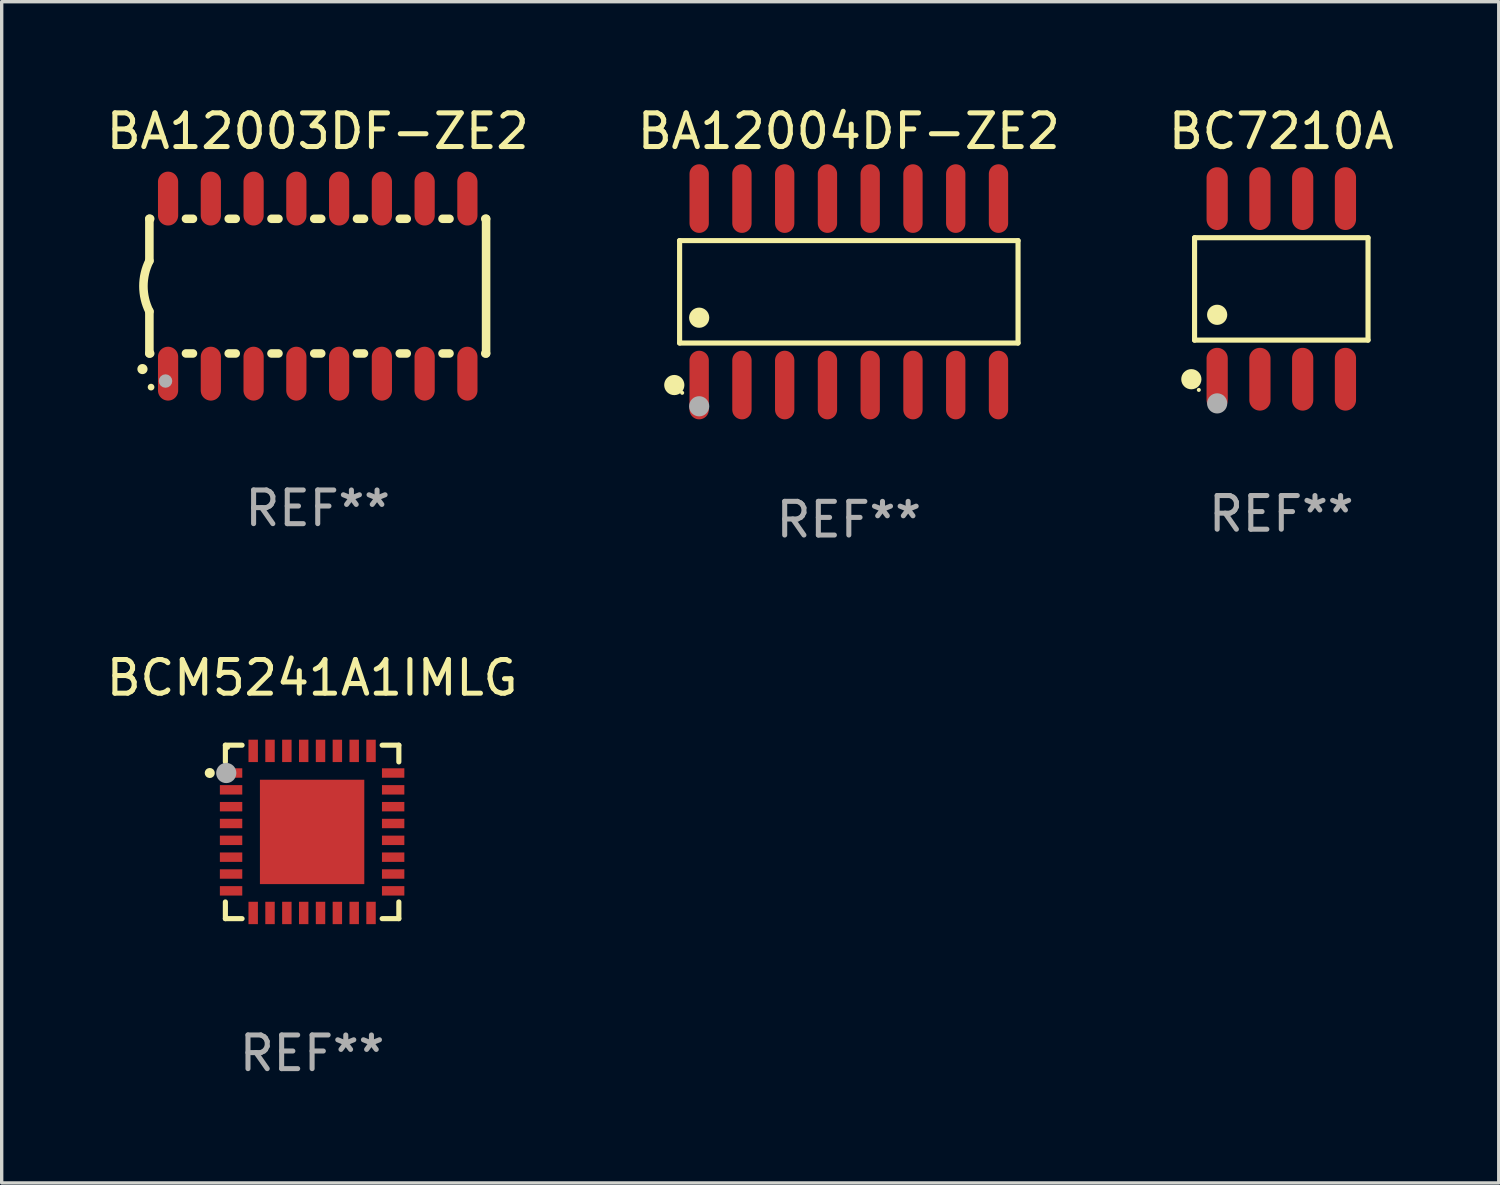
<source format=kicad_pcb>
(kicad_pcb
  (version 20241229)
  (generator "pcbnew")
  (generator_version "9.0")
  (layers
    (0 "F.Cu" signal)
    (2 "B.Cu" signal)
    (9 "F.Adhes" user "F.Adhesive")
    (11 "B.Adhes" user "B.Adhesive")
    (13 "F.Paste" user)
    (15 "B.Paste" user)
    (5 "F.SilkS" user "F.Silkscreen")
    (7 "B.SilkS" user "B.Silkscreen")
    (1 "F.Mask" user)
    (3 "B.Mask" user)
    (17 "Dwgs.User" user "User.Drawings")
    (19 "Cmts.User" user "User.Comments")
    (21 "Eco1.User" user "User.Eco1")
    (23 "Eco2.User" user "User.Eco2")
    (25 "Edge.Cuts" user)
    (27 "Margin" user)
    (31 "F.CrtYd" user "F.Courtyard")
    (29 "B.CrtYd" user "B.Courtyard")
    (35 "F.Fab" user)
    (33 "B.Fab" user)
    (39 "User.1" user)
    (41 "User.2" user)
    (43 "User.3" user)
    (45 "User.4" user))
  (footprint "BCM5241A1IMLG"
    (layer "F.Cu")
    (at 6.22 21.659)
    (property "Reference" "BCM5241A1IMLG" (at 0 -4.576 0) (layer "F.SilkS") (effects (font (size 1 1) (thickness 0.15))))
    (attr through_hole)
    (fp_line (start -2.576 -2.576) (end -2.576 -2.08) (stroke (width 0.152) (type solid)) (layer "F.SilkS"))
    (fp_line (start -2.576 2.576) (end -2.576 2.08) (stroke (width 0.152) (type solid)) (layer "F.SilkS"))
    (fp_line (start -2.08 -2.576) (end -2.576 -2.576) (stroke (width 0.152) (type solid)) (layer "F.SilkS"))
    (fp_line (start -2.08 2.576) (end -2.576 2.576) (stroke (width 0.152) (type solid)) (layer "F.SilkS"))
    (fp_line (start 2.08 -2.576) (end 2.576 -2.576) (stroke (width 0.152) (type solid)) (layer "F.SilkS"))
    (fp_line (start 2.08 2.576) (end 2.576 2.576) (stroke (width 0.152) (type solid)) (layer "F.SilkS"))
    (fp_line (start 2.576 -2.576) (end 2.576 -2.08) (stroke (width 0.152) (type solid)) (layer "F.SilkS"))
    (fp_line (start 2.576 2.576) (end 2.576 2.08) (stroke (width 0.152) (type solid)) (layer "F.SilkS"))
    (fp_circle (center -3.04 -1.75) (end -2.965 -1.75) (stroke (width 0.15) (type solid)) (fill no) (layer "F.SilkS"))
    (fp_circle (center -2.5 -2.5) (end -2.47 -2.5) (stroke (width 0.06) (type solid)) (fill no) (layer "F.SilkS"))
    (fp_circle (center -2.55 -1.75) (end -2.4 -1.75) (stroke (width 0.3) (type solid)) (fill no) (layer "F.Fab"))
    (fp_text user "REF**" (at 0 6.576 0) (layer "F.Fab") (effects (font (size 1 1) (thickness 0.15))))
    (pad "1" smd rect (at -2.407 -1.75) (size 0.665 0.28) (layers "F.Cu" "F.Mask" "F.Paste"))
    (pad "2" smd rect (at -2.407 -1.25) (size 0.665 0.28) (layers "F.Cu" "F.Mask" "F.Paste"))
    (pad "3" smd rect (at -2.407 -0.75) (size 0.665 0.28) (layers "F.Cu" "F.Mask" "F.Paste"))
    (pad "4" smd rect (at -2.407 -0.25) (size 0.665 0.28) (layers "F.Cu" "F.Mask" "F.Paste"))
    (pad "5" smd rect (at -2.407 0.25) (size 0.665 0.28) (layers "F.Cu" "F.Mask" "F.Paste"))
    (pad "6" smd rect (at -2.407 0.75) (size 0.665 0.28) (layers "F.Cu" "F.Mask" "F.Paste"))
    (pad "7" smd rect (at -2.407 1.25) (size 0.665 0.28) (layers "F.Cu" "F.Mask" "F.Paste"))
    (pad "8" smd rect (at -2.407 1.75) (size 0.665 0.28) (layers "F.Cu" "F.Mask" "F.Paste"))
    (pad "9" smd rect (at -1.75 2.407) (size 0.28 0.665) (layers "F.Cu" "F.Mask" "F.Paste"))
    (pad "10" smd rect (at -1.25 2.407) (size 0.28 0.665) (layers "F.Cu" "F.Mask" "F.Paste"))
    (pad "11" smd rect (at -0.75 2.407) (size 0.28 0.665) (layers "F.Cu" "F.Mask" "F.Paste"))
    (pad "12" smd rect (at -0.25 2.407) (size 0.28 0.665) (layers "F.Cu" "F.Mask" "F.Paste"))
    (pad "13" smd rect (at 0.25 2.407) (size 0.28 0.665) (layers "F.Cu" "F.Mask" "F.Paste"))
    (pad "14" smd rect (at 0.75 2.407) (size 0.28 0.665) (layers "F.Cu" "F.Mask" "F.Paste"))
    (pad "15" smd rect (at 1.25 2.407) (size 0.28 0.665) (layers "F.Cu" "F.Mask" "F.Paste"))
    (pad "16" smd rect (at 1.75 2.407) (size 0.28 0.665) (layers "F.Cu" "F.Mask" "F.Paste"))
    (pad "17" smd rect (at 2.407 1.75) (size 0.665 0.28) (layers "F.Cu" "F.Mask" "F.Paste"))
    (pad "18" smd rect (at 2.407 1.25) (size 0.665 0.28) (layers "F.Cu" "F.Mask" "F.Paste"))
    (pad "19" smd rect (at 2.407 0.75) (size 0.665 0.28) (layers "F.Cu" "F.Mask" "F.Paste"))
    (pad "20" smd rect (at 2.407 0.25) (size 0.665 0.28) (layers "F.Cu" "F.Mask" "F.Paste"))
    (pad "21" smd rect (at 2.407 -0.25) (size 0.665 0.28) (layers "F.Cu" "F.Mask" "F.Paste"))
    (pad "22" smd rect (at 2.407 -0.75) (size 0.665 0.28) (layers "F.Cu" "F.Mask" "F.Paste"))
    (pad "23" smd rect (at 2.407 -1.25) (size 0.665 0.28) (layers "F.Cu" "F.Mask" "F.Paste"))
    (pad "24" smd rect (at 2.407 -1.75) (size 0.665 0.28) (layers "F.Cu" "F.Mask" "F.Paste"))
    (pad "25" smd rect (at 1.75 -2.407) (size 0.28 0.665) (layers "F.Cu" "F.Mask" "F.Paste"))
    (pad "26" smd rect (at 1.25 -2.407) (size 0.28 0.665) (layers "F.Cu" "F.Mask" "F.Paste"))
    (pad "27" smd rect (at 0.75 -2.407) (size 0.28 0.665) (layers "F.Cu" "F.Mask" "F.Paste"))
    (pad "28" smd rect (at 0.25 -2.407) (size 0.28 0.665) (layers "F.Cu" "F.Mask" "F.Paste"))
    (pad "29" smd rect (at -0.25 -2.407) (size 0.28 0.665) (layers "F.Cu" "F.Mask" "F.Paste"))
    (pad "30" smd rect (at -0.75 -2.407) (size 0.28 0.665) (layers "F.Cu" "F.Mask" "F.Paste"))
    (pad "31" smd rect (at -1.25 -2.407) (size 0.28 0.665) (layers "F.Cu" "F.Mask" "F.Paste"))
    (pad "32" smd rect (at -1.75 -2.407) (size 0.28 0.665) (layers "F.Cu" "F.Mask" "F.Paste"))
    (pad "33" smd rect (at 0 0) (size 3.1 3.1) (layers "F.Cu" "F.Mask" "F.Paste")))
  (footprint "BA12004DF-ZE2"
    (layer "F.Cu")
    (at 22.161 5.617)
    (property "Reference" "BA12004DF-ZE2" (at 0 -4.769 0) (layer "F.SilkS") (effects (font (size 1 1) (thickness 0.15))))
    (attr through_hole)
    (fp_line (start -5.026 -1.521) (end 5.026 -1.521) (stroke (width 0.152) (type solid)) (layer "F.SilkS"))
    (fp_line (start -5.026 1.521) (end -5.026 -1.521) (stroke (width 0.152) (type solid)) (layer "F.SilkS"))
    (fp_line (start 5.026 -1.521) (end 5.026 1.521) (stroke (width 0.152) (type solid)) (layer "F.SilkS"))
    (fp_line (start 5.026 1.521) (end -5.026 1.521) (stroke (width 0.152) (type solid)) (layer "F.SilkS"))
    (fp_circle (center -5.184 2.769) (end -5.034 2.769) (stroke (width 0.3) (type solid)) (fill no) (layer "F.SilkS"))
    (fp_circle (center -4.95 3) (end -4.92 3) (stroke (width 0.06) (type solid)) (fill no) (layer "F.SilkS"))
    (fp_circle (center -4.445 0.769) (end -4.295 0.769) (stroke (width 0.3) (type solid)) (fill no) (layer "F.SilkS"))
    (fp_circle (center -4.445 3.4) (end -4.295 3.4) (stroke (width 0.3) (type solid)) (fill no) (layer "F.Fab"))
    (fp_text user "REF**" (at 0 6.769 0) (layer "F.Fab") (effects (font (size 1 1) (thickness 0.15))))
    (pad "1" smd oval (at -4.445 2.769) (size 0.574 2.038) (layers "F.Cu" "F.Mask" "F.Paste"))
    (pad "2" smd oval (at -3.175 2.769) (size 0.574 2.038) (layers "F.Cu" "F.Mask" "F.Paste"))
    (pad "3" smd oval (at -1.905 2.769) (size 0.574 2.038) (layers "F.Cu" "F.Mask" "F.Paste"))
    (pad "4" smd oval (at -0.635 2.769) (size 0.574 2.038) (layers "F.Cu" "F.Mask" "F.Paste"))
    (pad "5" smd oval (at 0.635 2.769) (size 0.574 2.038) (layers "F.Cu" "F.Mask" "F.Paste"))
    (pad "6" smd oval (at 1.905 2.769) (size 0.574 2.038) (layers "F.Cu" "F.Mask" "F.Paste"))
    (pad "7" smd oval (at 3.175 2.769) (size 0.574 2.038) (layers "F.Cu" "F.Mask" "F.Paste"))
    (pad "8" smd oval (at 4.445 2.769) (size 0.574 2.038) (layers "F.Cu" "F.Mask" "F.Paste"))
    (pad "9" smd oval (at 4.445 -2.769) (size 0.574 2.038) (layers "F.Cu" "F.Mask" "F.Paste"))
    (pad "10" smd oval (at 3.175 -2.769) (size 0.574 2.038) (layers "F.Cu" "F.Mask" "F.Paste"))
    (pad "11" smd oval (at 1.905 -2.769) (size 0.574 2.038) (layers "F.Cu" "F.Mask" "F.Paste"))
    (pad "12" smd oval (at 0.635 -2.769) (size 0.574 2.038) (layers "F.Cu" "F.Mask" "F.Paste"))
    (pad "13" smd oval (at -0.635 -2.769) (size 0.574 2.038) (layers "F.Cu" "F.Mask" "F.Paste"))
    (pad "14" smd oval (at -1.905 -2.769) (size 0.574 2.038) (layers "F.Cu" "F.Mask" "F.Paste"))
    (pad "15" smd oval (at -3.175 -2.769) (size 0.574 2.038) (layers "F.Cu" "F.Mask" "F.Paste"))
    (pad "16" smd oval (at -4.445 -2.769) (size 0.574 2.038) (layers "F.Cu" "F.Mask" "F.Paste")))
  (footprint "BA12003DF-ZE2"
    (layer "F.Cu")
    (at 6.387 5.448)
    (property "Reference" "BA12003DF-ZE2" (at 0 -4.6 0) (layer "F.SilkS") (effects (font (size 1 1) (thickness 0.15))))
    (attr through_hole)
    (fp_line (start -5 -2) (end -5 -0.75) (stroke (width 0.254) (type solid)) (layer "F.SilkS"))
    (fp_line (start -5 -2) (end -4.976 -2) (stroke (width 0.254) (type solid)) (layer "F.SilkS"))
    (fp_line (start -5 2) (end -5 0.75) (stroke (width 0.254) (type solid)) (layer "F.SilkS"))
    (fp_line (start -5 2) (end -4.976 2) (stroke (width 0.254) (type solid)) (layer "F.SilkS"))
    (fp_line (start -3.914 -2) (end -3.706 -2) (stroke (width 0.254) (type solid)) (layer "F.SilkS"))
    (fp_line (start -3.914 2) (end -3.706 2) (stroke (width 0.254) (type solid)) (layer "F.SilkS"))
    (fp_line (start -2.644 -2) (end -2.436 -2) (stroke (width 0.254) (type solid)) (layer "F.SilkS"))
    (fp_line (start -2.644 2) (end -2.436 2) (stroke (width 0.254) (type solid)) (layer "F.SilkS"))
    (fp_line (start -1.374 -2) (end -1.166 -2) (stroke (width 0.254) (type solid)) (layer "F.SilkS"))
    (fp_line (start -1.374 2) (end -1.166 2) (stroke (width 0.254) (type solid)) (layer "F.SilkS"))
    (fp_line (start -0.104 -2) (end 0.104 -2) (stroke (width 0.254) (type solid)) (layer "F.SilkS"))
    (fp_line (start -0.104 2) (end 0.104 2) (stroke (width 0.254) (type solid)) (layer "F.SilkS"))
    (fp_line (start 1.166 -2) (end 1.374 -2) (stroke (width 0.254) (type solid)) (layer "F.SilkS"))
    (fp_line (start 1.166 2) (end 1.374 2) (stroke (width 0.254) (type solid)) (layer "F.SilkS"))
    (fp_line (start 2.436 -2) (end 2.644 -2) (stroke (width 0.254) (type solid)) (layer "F.SilkS"))
    (fp_line (start 2.436 2) (end 2.644 2) (stroke (width 0.254) (type solid)) (layer "F.SilkS"))
    (fp_line (start 3.706 -2) (end 3.914 -2) (stroke (width 0.254) (type solid)) (layer "F.SilkS"))
    (fp_line (start 3.706 2) (end 3.914 2) (stroke (width 0.254) (type solid)) (layer "F.SilkS"))
    (fp_line (start 4.976 -2) (end 5 -2) (stroke (width 0.254) (type solid)) (layer "F.SilkS"))
    (fp_line (start 4.976 2) (end 5 2) (stroke (width 0.254) (type solid)) (layer "F.SilkS"))
    (fp_line (start 5 2) (end 5 -2) (stroke (width 0.254) (type solid)) (layer "F.SilkS"))
    (fp_arc (start -5.20701 2.46383) (mid -5.20574 2.463825) (end -5.20447 2.46383) (stroke (width 0.3) (type solid)) (layer "F.SilkS"))
    (fp_arc (start -5 0.751207) (mid -5.177192 0.00061) (end -5 -0.749987) (stroke (width 0.254001) (type solid)) (layer "F.SilkS"))
    (fp_circle (center -4.95 3) (end -4.9 3) (stroke (width 0.1) (type solid)) (fill no) (layer "F.SilkS"))
    (fp_circle (center -4.521 2.819) (end -4.421 2.819) (stroke (width 0.2) (type solid)) (fill no) (layer "F.Fab"))
    (fp_text user "REF**" (at 0 6.6 0) (layer "F.Fab") (effects (font (size 1 1) (thickness 0.15))))
    (pad "1" smd oval (at -4.445 2.6 180) (size 0.6 1.6) (layers "F.Cu" "F.Mask" "F.Paste"))
    (pad "2" smd oval (at -3.175 2.6 180) (size 0.6 1.6) (layers "F.Cu" "F.Mask" "F.Paste"))
    (pad "3" smd oval (at -1.905 2.6 180) (size 0.6 1.6) (layers "F.Cu" "F.Mask" "F.Paste"))
    (pad "4" smd oval (at -0.635 2.6 180) (size 0.6 1.6) (layers "F.Cu" "F.Mask" "F.Paste"))
    (pad "5" smd oval (at 0.635 2.6 180) (size 0.6 1.6) (layers "F.Cu" "F.Mask" "F.Paste"))
    (pad "6" smd oval (at 1.905 2.6 180) (size 0.6 1.6) (layers "F.Cu" "F.Mask" "F.Paste"))
    (pad "7" smd oval (at 3.175 2.6 180) (size 0.6 1.6) (layers "F.Cu" "F.Mask" "F.Paste"))
    (pad "8" smd oval (at 4.445 2.6 180) (size 0.6 1.6) (layers "F.Cu" "F.Mask" "F.Paste"))
    (pad "9" smd oval (at 4.445 -2.6 180) (size 0.6 1.6) (layers "F.Cu" "F.Mask" "F.Paste"))
    (pad "10" smd oval (at 3.175 -2.6 180) (size 0.6 1.6) (layers "F.Cu" "F.Mask" "F.Paste"))
    (pad "11" smd oval (at 1.905 -2.6 180) (size 0.6 1.6) (layers "F.Cu" "F.Mask" "F.Paste"))
    (pad "12" smd oval (at 0.635 -2.6 180) (size 0.6 1.6) (layers "F.Cu" "F.Mask" "F.Paste"))
    (pad "13" smd oval (at -0.635 -2.6 180) (size 0.6 1.6) (layers "F.Cu" "F.Mask" "F.Paste"))
    (pad "14" smd oval (at -1.905 -2.6 180) (size 0.6 1.6) (layers "F.Cu" "F.Mask" "F.Paste"))
    (pad "15" smd oval (at -3.175 -2.6 180) (size 0.6 1.6) (layers "F.Cu" "F.Mask" "F.Paste"))
    (pad "16" smd oval (at -4.445 -2.6 180) (size 0.6 1.6) (layers "F.Cu" "F.Mask" "F.Paste")))
  (footprint "BC7210A"
    (layer "F.Cu")
    (at 35.006 5.531)
    (property "Reference" "BC7210A" (at 0 -4.682 0) (layer "F.SilkS") (effects (font (size 1 1) (thickness 0.15))))
    (attr through_hole)
    (fp_line (start -2.576 -1.521) (end 2.576 -1.521) (stroke (width 0.152) (type solid)) (layer "F.SilkS"))
    (fp_line (start -2.576 1.521) (end -2.576 -1.521) (stroke (width 0.152) (type solid)) (layer "F.SilkS"))
    (fp_line (start 2.576 -1.521) (end 2.576 1.521) (stroke (width 0.152) (type solid)) (layer "F.SilkS"))
    (fp_line (start 2.576 1.521) (end -2.576 1.521) (stroke (width 0.152) (type solid)) (layer "F.SilkS"))
    (fp_circle (center -2.672 2.682) (end -2.522 2.682) (stroke (width 0.3) (type solid)) (fill no) (layer "F.SilkS"))
    (fp_circle (center -2.45 3) (end -2.42 3) (stroke (width 0.06) (type solid)) (fill no) (layer "F.SilkS"))
    (fp_circle (center -1.905 0.769) (end -1.755 0.769) (stroke (width 0.3) (type solid)) (fill no) (layer "F.SilkS"))
    (fp_circle (center -1.905 3.4) (end -1.755 3.4) (stroke (width 0.3) (type solid)) (fill no) (layer "F.Fab"))
    (fp_text user "REF**" (at 0 6.682 0) (layer "F.Fab") (effects (font (size 1 1) (thickness 0.15))))
    (pad "1" smd oval (at -1.905 2.682) (size 0.63 1.865) (layers "F.Cu" "F.Mask" "F.Paste"))
    (pad "2" smd oval (at -0.635 2.682) (size 0.63 1.865) (layers "F.Cu" "F.Mask" "F.Paste"))
    (pad "3" smd oval (at 0.635 2.682) (size 0.63 1.865) (layers "F.Cu" "F.Mask" "F.Paste"))
    (pad "4" smd oval (at 1.905 2.682) (size 0.63 1.865) (layers "F.Cu" "F.Mask" "F.Paste"))
    (pad "5" smd oval (at 1.905 -2.682) (size 0.63 1.865) (layers "F.Cu" "F.Mask" "F.Paste"))
    (pad "6" smd oval (at 0.635 -2.682) (size 0.63 1.865) (layers "F.Cu" "F.Mask" "F.Paste"))
    (pad "7" smd oval (at -0.635 -2.682) (size 0.63 1.865) (layers "F.Cu" "F.Mask" "F.Paste"))
    (pad "8" smd oval (at -1.905 -2.682) (size 0.63 1.865) (layers "F.Cu" "F.Mask" "F.Paste")))
  (gr_rect
    (start -3 -3)
    (end 41.464 32.084)
    (stroke (width 0.1) (type default))
    (fill no)
    (layer "Edge.Cuts")))
</source>
